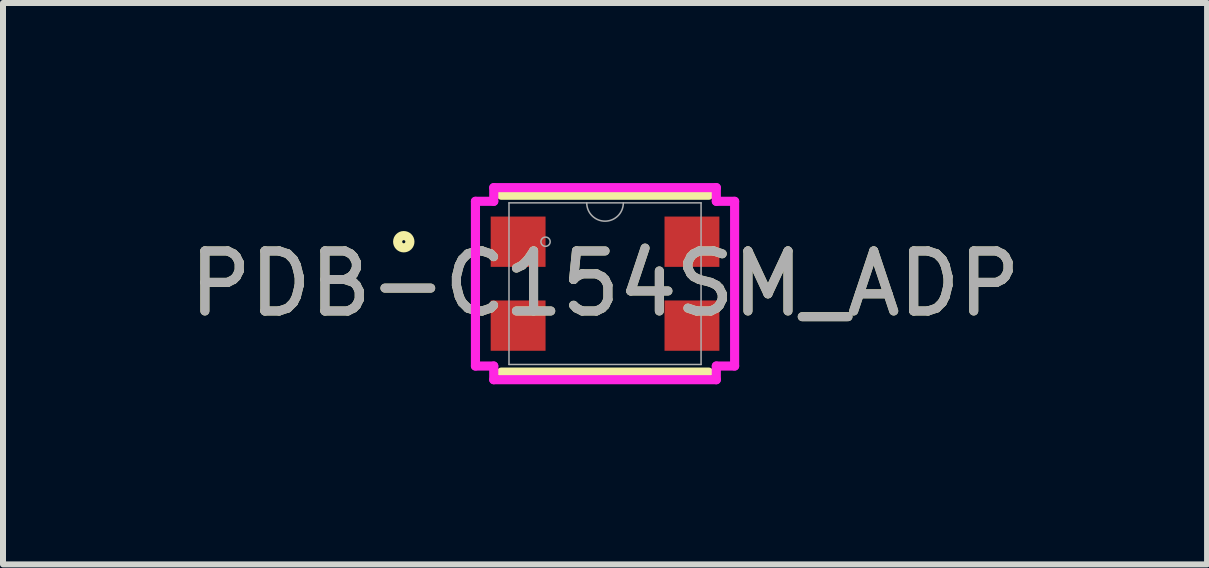
<source format=kicad_pcb>
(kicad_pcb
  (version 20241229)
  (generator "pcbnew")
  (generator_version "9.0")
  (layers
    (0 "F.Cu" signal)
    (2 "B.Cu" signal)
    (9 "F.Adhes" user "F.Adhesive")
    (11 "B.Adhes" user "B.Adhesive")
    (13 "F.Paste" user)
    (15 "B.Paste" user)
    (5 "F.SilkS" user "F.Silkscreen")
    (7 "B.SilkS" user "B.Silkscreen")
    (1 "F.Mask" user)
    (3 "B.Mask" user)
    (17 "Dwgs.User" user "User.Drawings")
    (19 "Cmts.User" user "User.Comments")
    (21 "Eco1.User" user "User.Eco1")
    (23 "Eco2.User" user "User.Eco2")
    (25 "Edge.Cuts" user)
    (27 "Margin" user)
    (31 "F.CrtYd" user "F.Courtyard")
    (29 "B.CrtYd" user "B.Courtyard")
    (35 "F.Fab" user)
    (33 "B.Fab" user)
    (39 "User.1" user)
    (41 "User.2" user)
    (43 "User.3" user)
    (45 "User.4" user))
  (footprint "PDB-C154SM_ADP"
    (layer "F.Cu")
    (at 7.03 1.676)
    (property "Reference" "PDB-C154SM_ADP" (at 0 0 0) (unlocked yes) (layer "F.SilkS") (effects (font (size 1 1) (thickness 0.15))))
    (attr smd)
    (fp_line (start -1.727 1.473) (end 1.727 1.473) (stroke (width 0.152) (type solid)) (layer "F.SilkS"))
    (fp_line (start 1.727 -1.473) (end -1.727 -1.473) (stroke (width 0.152) (type solid)) (layer "F.SilkS"))
    (fp_circle (center -3.353 -0.699) (end -3.251 -0.699) (stroke (width 0.152) (type solid)) (fill no) (layer "F.SilkS"))
    (fp_line (start -2.159 -1.372) (end -1.854 -1.372) (stroke (width 0.152) (type solid)) (layer "F.CrtYd"))
    (fp_line (start -2.159 1.372) (end -2.159 -1.372) (stroke (width 0.152) (type solid)) (layer "F.CrtYd"))
    (fp_line (start -2.159 1.372) (end -1.854 1.372) (stroke (width 0.152) (type solid)) (layer "F.CrtYd"))
    (fp_line (start -1.854 -1.6) (end 1.854 -1.6) (stroke (width 0.152) (type solid)) (layer "F.CrtYd"))
    (fp_line (start -1.854 -1.372) (end -1.854 -1.6) (stroke (width 0.152) (type solid)) (layer "F.CrtYd"))
    (fp_line (start -1.854 1.6) (end -1.854 1.372) (stroke (width 0.152) (type solid)) (layer "F.CrtYd"))
    (fp_line (start 1.854 -1.6) (end 1.854 -1.372) (stroke (width 0.152) (type solid)) (layer "F.CrtYd"))
    (fp_line (start 1.854 1.372) (end 1.854 1.6) (stroke (width 0.152) (type solid)) (layer "F.CrtYd"))
    (fp_line (start 1.854 1.6) (end -1.854 1.6) (stroke (width 0.152) (type solid)) (layer "F.CrtYd"))
    (fp_line (start 2.159 -1.372) (end 1.854 -1.372) (stroke (width 0.152) (type solid)) (layer "F.CrtYd"))
    (fp_line (start 2.159 -1.372) (end 2.159 1.372) (stroke (width 0.152) (type solid)) (layer "F.CrtYd"))
    (fp_line (start 2.159 1.372) (end 1.854 1.372) (stroke (width 0.152) (type solid)) (layer "F.CrtYd"))
    (fp_line (start -1.6 -1.346) (end -1.6 1.346) (stroke (width 0.025) (type solid)) (layer "F.Fab"))
    (fp_line (start -1.6 1.346) (end 1.6 1.346) (stroke (width 0.025) (type solid)) (layer "F.Fab"))
    (fp_line (start 1.6 -1.346) (end -1.6 -1.346) (stroke (width 0.025) (type solid)) (layer "F.Fab"))
    (fp_line (start 1.6 1.346) (end 1.6 -1.346) (stroke (width 0.025) (type solid)) (layer "F.Fab"))
    (fp_arc (start 0.3048 -1.3462) (mid 0 -1.0414) (end -0.3048 -1.3462) (stroke (width 0.0254) (type solid)) (layer "F.Fab"))
    (fp_circle (center -0.991 -0.699) (end -0.914 -0.699) (stroke (width 0.025) (type solid)) (fill no) (layer "F.Fab"))
    (fp_text user "${REFERENCE}" (at 0 0 0) (unlocked yes) (layer "F.Fab") (effects (font (size 1 1) (thickness 0.15))))
    (pad "1" smd rect (at -1.448 -0.699) (size 0.914 0.838) (layers "F.Cu" "F.Mask" "F.Paste"))
    (pad "2" smd rect (at -1.448 0.699) (size 0.914 0.838) (layers "F.Cu" "F.Mask" "F.Paste"))
    (pad "3" smd rect (at 1.448 0.699) (size 0.914 0.838) (layers "F.Cu" "F.Mask" "F.Paste"))
    (pad "4" smd rect (at 1.448 -0.699) (size 0.914 0.838) (layers "F.Cu" "F.Mask" "F.Paste")))
  (gr_rect
    (start -3 -3)
    (end 17.06 6.353)
    (stroke (width 0.1) (type default))
    (fill no)
    (layer "Edge.Cuts")))
</source>
